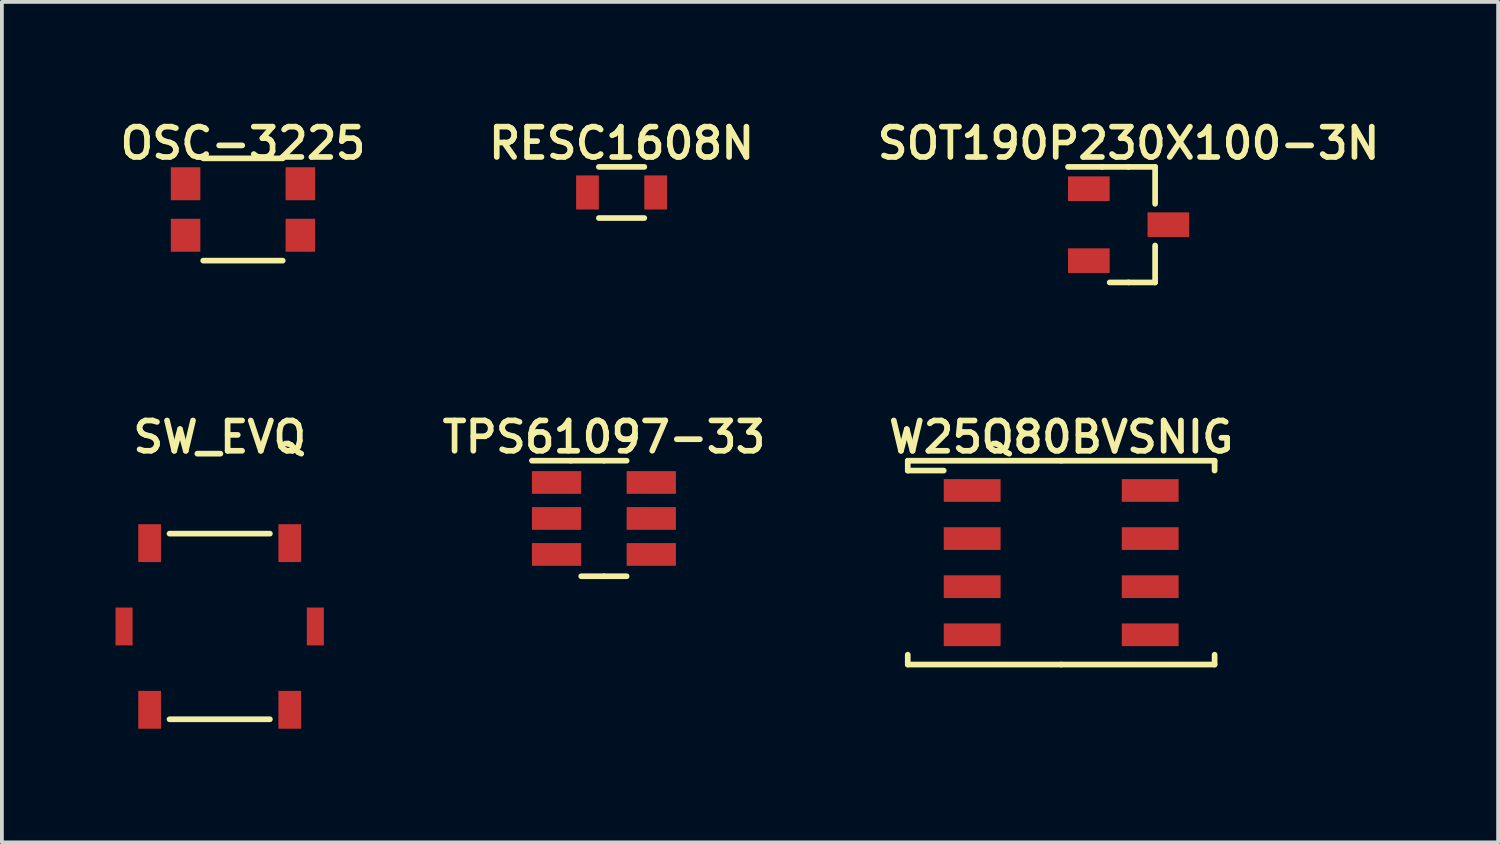
<source format=kicad_pcb>
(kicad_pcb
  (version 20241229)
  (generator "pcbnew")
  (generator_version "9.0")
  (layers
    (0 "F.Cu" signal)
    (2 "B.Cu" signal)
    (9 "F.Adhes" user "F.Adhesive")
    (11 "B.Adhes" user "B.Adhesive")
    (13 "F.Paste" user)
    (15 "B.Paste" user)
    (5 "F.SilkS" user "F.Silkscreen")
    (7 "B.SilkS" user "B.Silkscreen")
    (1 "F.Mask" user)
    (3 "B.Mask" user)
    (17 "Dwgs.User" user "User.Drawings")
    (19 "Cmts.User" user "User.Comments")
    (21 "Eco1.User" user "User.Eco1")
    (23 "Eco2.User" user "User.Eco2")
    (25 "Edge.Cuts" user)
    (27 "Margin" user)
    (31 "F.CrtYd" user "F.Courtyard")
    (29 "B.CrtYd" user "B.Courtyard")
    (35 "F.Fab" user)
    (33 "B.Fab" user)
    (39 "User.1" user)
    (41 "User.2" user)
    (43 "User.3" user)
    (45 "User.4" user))
  (footprint "SOT190P230X100-3N"
    (layer "F.Cu")
    (at 26.744 2.881)
    (property "Reference" "SOT190P230X100-3N" (at 0 -2.15 0) (layer "F.SilkS") (effects (font (size 0.8 0.8) (thickness 0.15))))
    (attr through_hole)
    (fp_line (start -0.7 -1.525) (end -1.6 -1.525) (stroke (width 0.15) (type solid)) (layer "F.SilkS"))
    (fp_line (start -0.7 -1.525) (end 0 -1.525) (stroke (width 0.15) (type solid)) (layer "F.SilkS"))
    (fp_line (start -0.5 1.525) (end 0 1.525) (stroke (width 0.15) (type solid)) (layer "F.SilkS"))
    (fp_line (start 0.7 -1.525) (end 0 -1.525) (stroke (width 0.15) (type solid)) (layer "F.SilkS"))
    (fp_line (start 0.7 -1.525) (end 0.7 -0.55) (stroke (width 0.15) (type solid)) (layer "F.SilkS"))
    (fp_line (start 0.7 1.525) (end 0 1.525) (stroke (width 0.15) (type solid)) (layer "F.SilkS"))
    (fp_line (start 0.7 1.525) (end 0.7 0.55) (stroke (width 0.15) (type solid)) (layer "F.SilkS"))
    (fp_line (start -0.7 1.525) (end -0.7 -1.025) (stroke (width 0.15) (type solid)) (layer "Eco1.User"))
    (fp_line (start -0.2 -1.525) (end -0.7 -1.025) (stroke (width 0.15) (type solid)) (layer "Eco1.User"))
    (fp_line (start -0.2 -1.525) (end 0.7 -1.525) (stroke (width 0.15) (type solid)) (layer "Eco1.User"))
    (fp_line (start 0.7 -1.525) (end 0.7 1.525) (stroke (width 0.15) (type solid)) (layer "Eco1.User"))
    (fp_line (start 0.7 1.525) (end -0.7 1.525) (stroke (width 0.15) (type solid)) (layer "Eco1.User"))
    (fp_line (start -1.85 -1.8) (end -1.85 1.8) (stroke (width 0.15) (type solid)) (layer "Eco2.User"))
    (fp_line (start -1.85 1.8) (end 1.85 1.8) (stroke (width 0.15) (type solid)) (layer "Eco2.User"))
    (fp_line (start 1.85 -1.8) (end -1.85 -1.8) (stroke (width 0.15) (type solid)) (layer "Eco2.User"))
    (fp_line (start 1.85 1.8) (end 1.85 -1.8) (stroke (width 0.15) (type solid)) (layer "Eco2.User"))
    (pad "D" smd rect (at 1.05 0) (size 1.1 0.65) (layers "F.Cu" "F.Mask" "F.Paste"))
    (pad "G" smd rect (at -1.05 -0.95) (size 1.1 0.65) (layers "F.Cu" "F.Mask" "F.Paste"))
    (pad "S" smd rect (at -1.05 0.95) (size 1.1 0.65) (layers "F.Cu" "F.Mask" "F.Paste")))
  (footprint "W25Q80BVSNIG"
    (layer "F.Cu")
    (at 24.964 11.803)
    (property "Reference" "W25Q80BVSNIG" (at 0 -3.315 0) (layer "F.SilkS") (effects (font (size 0.8 0.8) (thickness 0.15))))
    (attr through_hole)
    (fp_line (start -4.05 -2.69) (end -4.05 -2.43) (stroke (width 0.15) (type solid)) (layer "F.SilkS"))
    (fp_line (start -4.05 -2.69) (end 0 -2.69) (stroke (width 0.15) (type solid)) (layer "F.SilkS"))
    (fp_line (start -4.05 -2.43) (end -3.1 -2.43) (stroke (width 0.15) (type solid)) (layer "F.SilkS"))
    (fp_line (start -4.05 2.69) (end -4.05 2.43) (stroke (width 0.15) (type solid)) (layer "F.SilkS"))
    (fp_line (start -4.05 2.69) (end 0 2.69) (stroke (width 0.15) (type solid)) (layer "F.SilkS"))
    (fp_line (start 4.05 -2.69) (end 0 -2.69) (stroke (width 0.15) (type solid)) (layer "F.SilkS"))
    (fp_line (start 4.05 -2.69) (end 4.05 -2.43) (stroke (width 0.15) (type solid)) (layer "F.SilkS"))
    (fp_line (start 4.05 2.69) (end 0 2.69) (stroke (width 0.15) (type solid)) (layer "F.SilkS"))
    (fp_line (start 4.05 2.69) (end 4.05 2.43) (stroke (width 0.15) (type solid)) (layer "F.SilkS"))
    (fp_line (start -4.05 2.69) (end -4.05 -2.19) (stroke (width 0.15) (type solid)) (layer "Eco1.User"))
    (fp_line (start -3.55 -2.69) (end -4.05 -2.19) (stroke (width 0.15) (type solid)) (layer "Eco1.User"))
    (fp_line (start -3.55 -2.69) (end 4.05 -2.69) (stroke (width 0.15) (type solid)) (layer "Eco1.User"))
    (fp_line (start 4.05 -2.69) (end 4.05 2.69) (stroke (width 0.15) (type solid)) (layer "Eco1.User"))
    (fp_line (start 4.05 2.69) (end -4.05 2.69) (stroke (width 0.15) (type solid)) (layer "Eco1.User"))
    (fp_line (start -3.35 -2.95) (end -3.35 2.95) (stroke (width 0.15) (type solid)) (layer "Eco2.User"))
    (fp_line (start -3.35 2.95) (end 3.35 2.95) (stroke (width 0.15) (type solid)) (layer "Eco2.User"))
    (fp_line (start 3.35 -2.95) (end -3.35 -2.95) (stroke (width 0.15) (type solid)) (layer "Eco2.User"))
    (fp_line (start 3.35 2.95) (end 3.35 -2.95) (stroke (width 0.15) (type solid)) (layer "Eco2.User"))
    (pad "1" smd rect (at -2.35 -1.905) (size 1.5 0.6) (layers "F.Cu" "F.Mask" "F.Paste"))
    (pad "2" smd rect (at -2.35 -0.635) (size 1.5 0.6) (layers "F.Cu" "F.Mask" "F.Paste"))
    (pad "3" smd rect (at -2.35 0.635) (size 1.5 0.6) (layers "F.Cu" "F.Mask" "F.Paste"))
    (pad "4" smd rect (at -2.35 1.905) (size 1.5 0.6) (layers "F.Cu" "F.Mask" "F.Paste"))
    (pad "5" smd rect (at 2.35 1.905) (size 1.5 0.6) (layers "F.Cu" "F.Mask" "F.Paste"))
    (pad "6" smd rect (at 2.35 0.635) (size 1.5 0.6) (layers "F.Cu" "F.Mask" "F.Paste"))
    (pad "7" smd rect (at 2.35 -0.635) (size 1.5 0.6) (layers "F.Cu" "F.Mask" "F.Paste"))
    (pad "8" smd rect (at 2.35 -1.905) (size 1.5 0.6) (layers "F.Cu" "F.Mask" "F.Paste")))
  (footprint "RESC1608N"
    (layer "F.Cu")
    (at 13.359 2.031)
    (property "Reference" "RESC1608N" (at 0 -1.3 0) (layer "F.SilkS") (effects (font (size 0.8 0.8) (thickness 0.15))))
    (attr through_hole)
    (fp_line (start -0.6 -0.675) (end 0.6 -0.675) (stroke (width 0.15) (type solid)) (layer "F.SilkS"))
    (fp_line (start -0.6 0.675) (end 0.6 0.675) (stroke (width 0.15) (type solid)) (layer "F.SilkS"))
    (fp_line (start -0.85 0.45) (end -0.85 -0.2) (stroke (width 0.15) (type solid)) (layer "Eco1.User"))
    (fp_line (start -0.6 -0.45) (end -0.85 -0.2) (stroke (width 0.15) (type solid)) (layer "Eco1.User"))
    (fp_line (start -0.6 -0.45) (end 0.85 -0.45) (stroke (width 0.15) (type solid)) (layer "Eco1.User"))
    (fp_line (start 0.85 -0.45) (end 0.85 0.45) (stroke (width 0.15) (type solid)) (layer "Eco1.User"))
    (fp_line (start 0.85 0.45) (end -0.85 0.45) (stroke (width 0.15) (type solid)) (layer "Eco1.User"))
    (fp_line (start -1.45 -0.7) (end -1.45 0.7) (stroke (width 0.15) (type solid)) (layer "Eco2.User"))
    (fp_line (start -1.45 0.7) (end 1.45 0.7) (stroke (width 0.15) (type solid)) (layer "Eco2.User"))
    (fp_line (start 1.45 -0.7) (end -1.45 -0.7) (stroke (width 0.15) (type solid)) (layer "Eco2.User"))
    (fp_line (start 1.45 0.7) (end 1.45 -0.7) (stroke (width 0.15) (type solid)) (layer "Eco2.User"))
    (pad "1" smd rect (at -0.9 0) (size 0.6 0.9) (layers "F.Cu" "F.Mask" "F.Paste"))
    (pad "2" smd rect (at 0.9 0) (size 0.6 0.9) (layers "F.Cu" "F.Mask" "F.Paste")))
  (footprint "OSC-3225"
    (layer "F.Cu")
    (at 3.364 2.481)
    (property "Reference" "OSC-3225" (at 0 -1.75 0) (layer "F.SilkS") (effects (font (size 0.8 0.8) (thickness 0.15))))
    (attr through_hole)
    (fp_line (start -1.05 -1.35) (end 1.05 -1.35) (stroke (width 0.15) (type solid)) (layer "F.SilkS"))
    (fp_line (start -1.05 1.35) (end 1.05 1.35) (stroke (width 0.15) (type solid)) (layer "F.SilkS"))
    (pad "1" smd rect (at -1.515 0.68) (size 0.78 0.87) (layers "F.Cu" "F.Mask" "F.Paste"))
    (pad "2" smd rect (at 1.515 -0.68) (size 0.78 0.87) (layers "F.Cu" "F.Mask" "F.Paste"))
    (pad "3" smd rect (at -1.515 -0.68) (size 0.78 0.87) (layers "F.Cu" "F.Mask" "F.Paste"))
    (pad "3" smd rect (at 1.515 0.68) (size 0.78 0.87) (layers "F.Cu" "F.Mask" "F.Paste")))
  (footprint "SW_EVQ"
    (layer "F.Cu")
    (at 2.75 13.488)
    (property "Reference" "SW_EVQ" (at 0 -5 0) (layer "F.SilkS") (effects (font (size 0.8 0.8) (thickness 0.15))))
    (attr through_hole)
    (fp_line (start -1.325 -2.45) (end 1.325 -2.45) (stroke (width 0.15) (type solid)) (layer "F.SilkS"))
    (fp_line (start -1.325 2.45) (end 1.325 2.45) (stroke (width 0.15) (type solid)) (layer "F.SilkS"))
    (pad "" smd rect (at -2.525 0) (size 0.45 1) (layers "F.Cu" "F.Mask" "F.Paste"))
    (pad "" smd rect (at 2.525 0) (size 0.45 1) (layers "F.Cu" "F.Mask" "F.Paste"))
    (pad "1" smd rect (at -1.85 -2.2) (size 0.6 1) (layers "F.Cu" "F.Mask" "F.Paste"))
    (pad "1" smd rect (at -1.85 2.2) (size 0.6 1) (layers "F.Cu" "F.Mask" "F.Paste"))
    (pad "2" smd rect (at 1.85 -2.2) (size 0.6 1) (layers "F.Cu" "F.Mask" "F.Paste"))
    (pad "2" smd rect (at 1.85 2.2) (size 0.6 1) (layers "F.Cu" "F.Mask" "F.Paste")))
  (footprint "TPS61097-33"
    (layer "F.Cu")
    (at 12.893 10.637)
    (property "Reference" "TPS61097-33" (at 0 -2.15 0) (layer "F.SilkS") (effects (font (size 0.8 0.8) (thickness 0.15))))
    (attr through_hole)
    (fp_line (start -0.875 -1.525) (end -1.9 -1.525) (stroke (width 0.15) (type solid)) (layer "F.SilkS"))
    (fp_line (start -0.875 -1.525) (end 0 -1.525) (stroke (width 0.15) (type solid)) (layer "F.SilkS"))
    (fp_line (start -0.6 1.525) (end 0 1.525) (stroke (width 0.15) (type solid)) (layer "F.SilkS"))
    (fp_line (start 0.6 -1.525) (end 0 -1.525) (stroke (width 0.15) (type solid)) (layer "F.SilkS"))
    (fp_line (start 0.6 1.525) (end 0 1.525) (stroke (width 0.15) (type solid)) (layer "F.SilkS"))
    (fp_line (start -0.875 1.525) (end -0.875 -1.025) (stroke (width 0.15) (type solid)) (layer "Eco1.User"))
    (fp_line (start -0.375 -1.525) (end -0.875 -1.025) (stroke (width 0.15) (type solid)) (layer "Eco1.User"))
    (fp_line (start -0.375 -1.525) (end 0.875 -1.525) (stroke (width 0.15) (type solid)) (layer "Eco1.User"))
    (fp_line (start 0.875 -1.525) (end 0.875 1.525) (stroke (width 0.15) (type solid)) (layer "Eco1.User"))
    (fp_line (start 0.875 1.525) (end -0.875 1.525) (stroke (width 0.15) (type solid)) (layer "Eco1.User"))
    (fp_line (start -2.15 -1.8) (end -2.15 1.8) (stroke (width 0.15) (type solid)) (layer "Eco2.User"))
    (fp_line (start -2.15 1.8) (end 2.15 1.8) (stroke (width 0.15) (type solid)) (layer "Eco2.User"))
    (fp_line (start 2.15 -1.8) (end -2.15 -1.8) (stroke (width 0.15) (type solid)) (layer "Eco2.User"))
    (fp_line (start 2.15 1.8) (end 2.15 -1.8) (stroke (width 0.15) (type solid)) (layer "Eco2.User"))
    (pad "1" smd rect (at -1.25 -0.95) (size 1.3 0.6) (layers "F.Cu" "F.Mask" "F.Paste"))
    (pad "2" smd rect (at -1.25 0) (size 1.3 0.6) (layers "F.Cu" "F.Mask" "F.Paste"))
    (pad "3" smd rect (at -1.25 0.95) (size 1.3 0.6) (layers "F.Cu" "F.Mask" "F.Paste"))
    (pad "4" smd rect (at 1.25 0.95) (size 1.3 0.6) (layers "F.Cu" "F.Mask" "F.Paste"))
    (pad "5" smd rect (at 1.25 0) (size 1.3 0.6) (layers "F.Cu" "F.Mask" "F.Paste"))
    (pad "6" smd rect (at 1.25 -0.95) (size 1.3 0.6) (layers "F.Cu" "F.Mask" "F.Paste")))
  (gr_rect
    (start -3 -3)
    (end 36.499 19.188)
    (stroke (width 0.1) (type default))
    (fill no)
    (layer "Edge.Cuts")))
</source>
